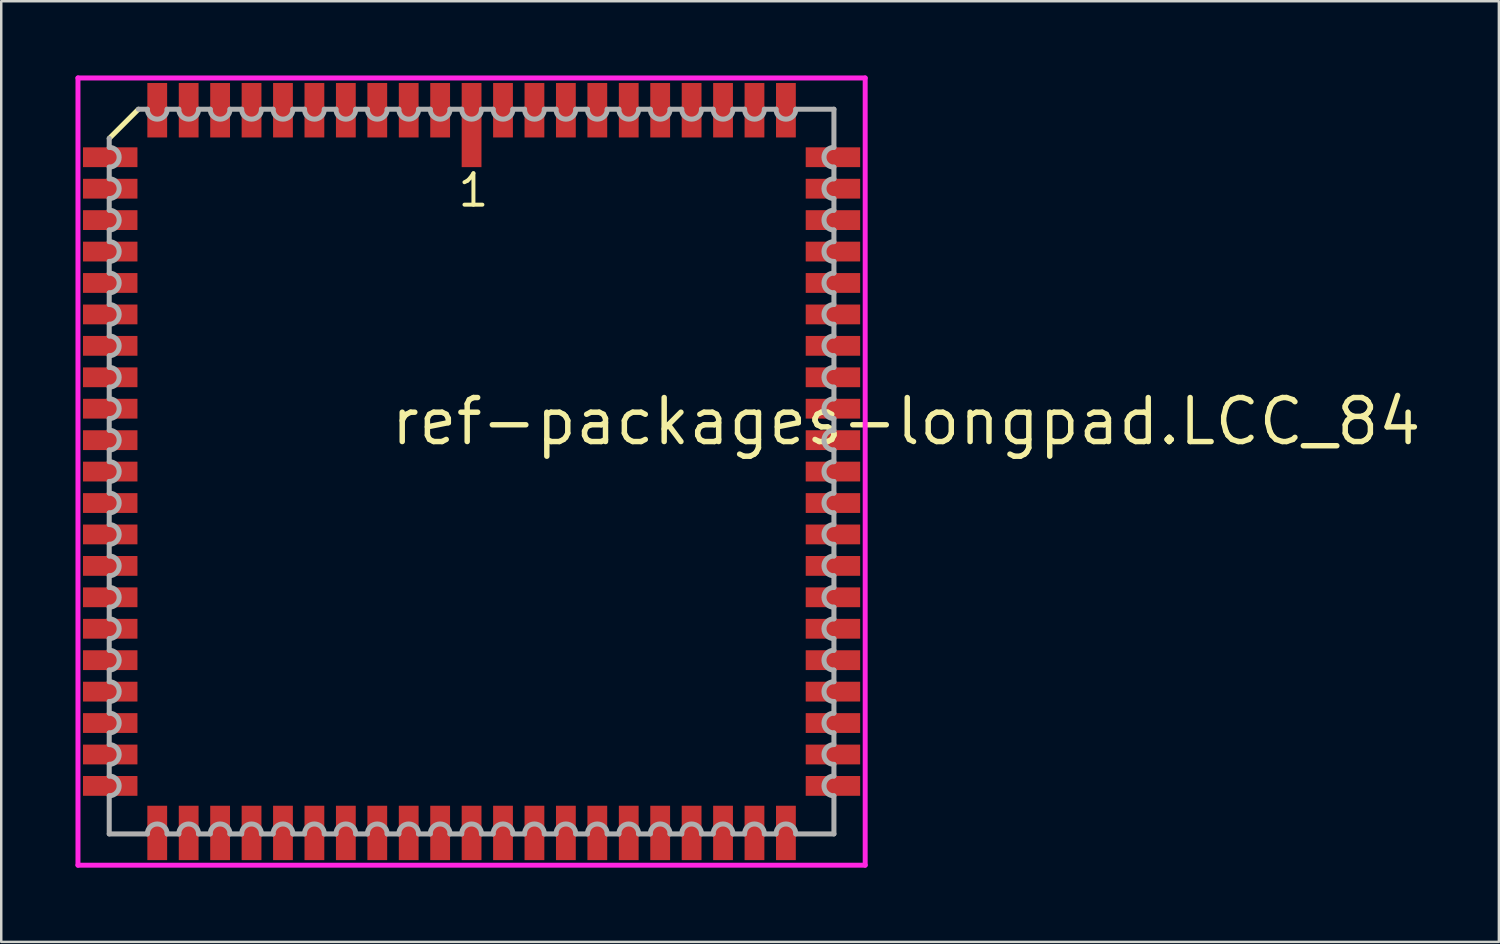
<source format=kicad_pcb>
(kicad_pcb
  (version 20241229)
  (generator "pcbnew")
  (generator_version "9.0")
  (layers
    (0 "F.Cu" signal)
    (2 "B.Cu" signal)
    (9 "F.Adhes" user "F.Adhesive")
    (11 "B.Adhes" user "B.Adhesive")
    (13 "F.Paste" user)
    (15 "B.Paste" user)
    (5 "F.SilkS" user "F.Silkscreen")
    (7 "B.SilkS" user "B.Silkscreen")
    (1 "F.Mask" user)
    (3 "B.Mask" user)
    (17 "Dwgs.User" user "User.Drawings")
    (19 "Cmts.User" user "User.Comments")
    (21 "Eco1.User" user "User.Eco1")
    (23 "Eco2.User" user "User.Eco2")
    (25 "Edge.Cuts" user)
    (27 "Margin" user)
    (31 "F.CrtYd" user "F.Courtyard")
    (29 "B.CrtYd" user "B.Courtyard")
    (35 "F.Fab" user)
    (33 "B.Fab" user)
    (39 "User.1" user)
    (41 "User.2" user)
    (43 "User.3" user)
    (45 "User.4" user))
  (footprint "ref-packages-longpad.LCC_84"
    (layer "F.Cu")
    (at 16.003 16.003)
    (property "Reference" "ref-packages-longpad.LCC_84" (at -3.37 -0.985 0) (layer "F.SilkS") (effects (font (size 1.778 1.778) (thickness 0.22)) (justify left bottom)))
    (attr smd)
    (fp_line (start -13.46 -14.64) (end -14.64 -13.46) (stroke (width 0.203) (type default)) (layer "F.SilkS"))
    (fp_line (start -15.903 -15.903) (end 15.903 -15.903) (stroke (width 0.2) (type default)) (layer "F.CrtYd"))
    (fp_line (start -15.903 15.903) (end -15.903 -15.903) (stroke (width 0.2) (type default)) (layer "F.CrtYd"))
    (fp_line (start 15.903 -15.903) (end 15.903 15.903) (stroke (width 0.2) (type default)) (layer "F.CrtYd"))
    (fp_line (start 15.903 15.903) (end -15.903 15.903) (stroke (width 0.2) (type default)) (layer "F.CrtYd"))
    (fp_line (start -14.64 -13.46) (end -14.64 -13.1) (stroke (width 0.203) (type default)) (layer "F.Fab"))
    (fp_line (start -14.64 -12.3) (end -14.64 -11.83) (stroke (width 0.203) (type default)) (layer "F.Fab"))
    (fp_line (start -14.64 -11.03) (end -14.64 -10.56) (stroke (width 0.203) (type default)) (layer "F.Fab"))
    (fp_line (start -14.64 -9.76) (end -14.64 -9.29) (stroke (width 0.203) (type default)) (layer "F.Fab"))
    (fp_line (start -14.64 -8.49) (end -14.64 -8.02) (stroke (width 0.203) (type default)) (layer "F.Fab"))
    (fp_line (start -14.64 -7.22) (end -14.64 -6.75) (stroke (width 0.203) (type default)) (layer "F.Fab"))
    (fp_line (start -14.64 -5.95) (end -14.64 -5.48) (stroke (width 0.203) (type default)) (layer "F.Fab"))
    (fp_line (start -14.64 -4.68) (end -14.64 -4.21) (stroke (width 0.203) (type default)) (layer "F.Fab"))
    (fp_line (start -14.64 -3.41) (end -14.64 -2.94) (stroke (width 0.203) (type default)) (layer "F.Fab"))
    (fp_line (start -14.64 -2.14) (end -14.64 -1.67) (stroke (width 0.203) (type default)) (layer "F.Fab"))
    (fp_line (start -14.64 -0.87) (end -14.64 -0.4) (stroke (width 0.203) (type default)) (layer "F.Fab"))
    (fp_line (start -14.64 0.4) (end -14.64 0.87) (stroke (width 0.203) (type default)) (layer "F.Fab"))
    (fp_line (start -14.64 1.67) (end -14.64 2.14) (stroke (width 0.203) (type default)) (layer "F.Fab"))
    (fp_line (start -14.64 2.94) (end -14.64 3.41) (stroke (width 0.203) (type default)) (layer "F.Fab"))
    (fp_line (start -14.64 4.21) (end -14.64 4.68) (stroke (width 0.203) (type default)) (layer "F.Fab"))
    (fp_line (start -14.64 5.48) (end -14.64 5.95) (stroke (width 0.203) (type default)) (layer "F.Fab"))
    (fp_line (start -14.64 6.75) (end -14.64 7.22) (stroke (width 0.203) (type default)) (layer "F.Fab"))
    (fp_line (start -14.64 8.02) (end -14.64 8.49) (stroke (width 0.203) (type default)) (layer "F.Fab"))
    (fp_line (start -14.64 9.29) (end -14.64 9.76) (stroke (width 0.203) (type default)) (layer "F.Fab"))
    (fp_line (start -14.64 10.56) (end -14.64 11.03) (stroke (width 0.203) (type default)) (layer "F.Fab"))
    (fp_line (start -14.64 11.83) (end -14.64 12.3) (stroke (width 0.203) (type default)) (layer "F.Fab"))
    (fp_line (start -14.64 13.1) (end -14.64 14.64) (stroke (width 0.203) (type default)) (layer "F.Fab"))
    (fp_line (start -14.64 14.64) (end -13.1 14.64) (stroke (width 0.203) (type default)) (layer "F.Fab"))
    (fp_line (start -13.1 -14.64) (end -13.46 -14.64) (stroke (width 0.203) (type default)) (layer "F.Fab"))
    (fp_line (start -12.3 14.64) (end -11.83 14.64) (stroke (width 0.203) (type default)) (layer "F.Fab"))
    (fp_line (start -11.83 -14.64) (end -12.3 -14.64) (stroke (width 0.203) (type default)) (layer "F.Fab"))
    (fp_line (start -11.03 14.64) (end -10.56 14.64) (stroke (width 0.203) (type default)) (layer "F.Fab"))
    (fp_line (start -10.56 -14.64) (end -11.03 -14.64) (stroke (width 0.203) (type default)) (layer "F.Fab"))
    (fp_line (start -9.76 14.64) (end -9.29 14.64) (stroke (width 0.203) (type default)) (layer "F.Fab"))
    (fp_line (start -9.29 -14.64) (end -9.76 -14.64) (stroke (width 0.203) (type default)) (layer "F.Fab"))
    (fp_line (start -8.49 14.64) (end -8.02 14.64) (stroke (width 0.203) (type default)) (layer "F.Fab"))
    (fp_line (start -8.02 -14.64) (end -8.49 -14.64) (stroke (width 0.203) (type default)) (layer "F.Fab"))
    (fp_line (start -7.22 14.64) (end -6.75 14.64) (stroke (width 0.203) (type default)) (layer "F.Fab"))
    (fp_line (start -6.75 -14.64) (end -7.22 -14.64) (stroke (width 0.203) (type default)) (layer "F.Fab"))
    (fp_line (start -5.95 14.64) (end -5.48 14.64) (stroke (width 0.203) (type default)) (layer "F.Fab"))
    (fp_line (start -5.48 -14.64) (end -5.95 -14.64) (stroke (width 0.203) (type default)) (layer "F.Fab"))
    (fp_line (start -4.68 14.64) (end -4.21 14.64) (stroke (width 0.203) (type default)) (layer "F.Fab"))
    (fp_line (start -4.21 -14.64) (end -4.68 -14.64) (stroke (width 0.203) (type default)) (layer "F.Fab"))
    (fp_line (start -3.41 14.64) (end -2.94 14.64) (stroke (width 0.203) (type default)) (layer "F.Fab"))
    (fp_line (start -2.94 -14.64) (end -3.41 -14.64) (stroke (width 0.203) (type default)) (layer "F.Fab"))
    (fp_line (start -2.14 14.64) (end -1.67 14.64) (stroke (width 0.203) (type default)) (layer "F.Fab"))
    (fp_line (start -1.67 -14.64) (end -2.14 -14.64) (stroke (width 0.203) (type default)) (layer "F.Fab"))
    (fp_line (start -0.87 14.64) (end -0.4 14.64) (stroke (width 0.203) (type default)) (layer "F.Fab"))
    (fp_line (start -0.4 -14.64) (end -0.87 -14.64) (stroke (width 0.203) (type default)) (layer "F.Fab"))
    (fp_line (start 0.4 14.64) (end 0.87 14.64) (stroke (width 0.203) (type default)) (layer "F.Fab"))
    (fp_line (start 0.87 -14.64) (end 0.4 -14.64) (stroke (width 0.203) (type default)) (layer "F.Fab"))
    (fp_line (start 1.67 14.64) (end 2.14 14.64) (stroke (width 0.203) (type default)) (layer "F.Fab"))
    (fp_line (start 2.14 -14.64) (end 1.67 -14.64) (stroke (width 0.203) (type default)) (layer "F.Fab"))
    (fp_line (start 2.94 14.64) (end 3.41 14.64) (stroke (width 0.203) (type default)) (layer "F.Fab"))
    (fp_line (start 3.41 -14.64) (end 2.94 -14.64) (stroke (width 0.203) (type default)) (layer "F.Fab"))
    (fp_line (start 4.21 14.64) (end 4.68 14.64) (stroke (width 0.203) (type default)) (layer "F.Fab"))
    (fp_line (start 4.68 -14.64) (end 4.21 -14.64) (stroke (width 0.203) (type default)) (layer "F.Fab"))
    (fp_line (start 5.48 14.64) (end 5.95 14.64) (stroke (width 0.203) (type default)) (layer "F.Fab"))
    (fp_line (start 5.95 -14.64) (end 5.48 -14.64) (stroke (width 0.203) (type default)) (layer "F.Fab"))
    (fp_line (start 6.75 14.64) (end 7.22 14.64) (stroke (width 0.203) (type default)) (layer "F.Fab"))
    (fp_line (start 7.22 -14.64) (end 6.75 -14.64) (stroke (width 0.203) (type default)) (layer "F.Fab"))
    (fp_line (start 8.02 14.64) (end 8.49 14.64) (stroke (width 0.203) (type default)) (layer "F.Fab"))
    (fp_line (start 8.49 -14.64) (end 8.02 -14.64) (stroke (width 0.203) (type default)) (layer "F.Fab"))
    (fp_line (start 9.29 14.64) (end 9.76 14.64) (stroke (width 0.203) (type default)) (layer "F.Fab"))
    (fp_line (start 9.76 -14.64) (end 9.29 -14.64) (stroke (width 0.203) (type default)) (layer "F.Fab"))
    (fp_line (start 10.56 14.64) (end 11.03 14.64) (stroke (width 0.203) (type default)) (layer "F.Fab"))
    (fp_line (start 11.03 -14.64) (end 10.56 -14.64) (stroke (width 0.203) (type default)) (layer "F.Fab"))
    (fp_line (start 11.83 14.64) (end 12.3 14.64) (stroke (width 0.203) (type default)) (layer "F.Fab"))
    (fp_line (start 12.3 -14.64) (end 11.83 -14.64) (stroke (width 0.203) (type default)) (layer "F.Fab"))
    (fp_line (start 13.1 14.64) (end 14.64 14.64) (stroke (width 0.203) (type default)) (layer "F.Fab"))
    (fp_line (start 14.64 -14.64) (end 13.1 -14.64) (stroke (width 0.203) (type default)) (layer "F.Fab"))
    (fp_line (start 14.64 -13.1) (end 14.64 -14.64) (stroke (width 0.203) (type default)) (layer "F.Fab"))
    (fp_line (start 14.64 -11.83) (end 14.64 -12.3) (stroke (width 0.203) (type default)) (layer "F.Fab"))
    (fp_line (start 14.64 -10.56) (end 14.64 -11.03) (stroke (width 0.203) (type default)) (layer "F.Fab"))
    (fp_line (start 14.64 -9.29) (end 14.64 -9.76) (stroke (width 0.203) (type default)) (layer "F.Fab"))
    (fp_line (start 14.64 -8.02) (end 14.64 -8.49) (stroke (width 0.203) (type default)) (layer "F.Fab"))
    (fp_line (start 14.64 -6.75) (end 14.64 -7.22) (stroke (width 0.203) (type default)) (layer "F.Fab"))
    (fp_line (start 14.64 -5.48) (end 14.64 -5.95) (stroke (width 0.203) (type default)) (layer "F.Fab"))
    (fp_line (start 14.64 -4.21) (end 14.64 -4.68) (stroke (width 0.203) (type default)) (layer "F.Fab"))
    (fp_line (start 14.64 -2.94) (end 14.64 -3.41) (stroke (width 0.203) (type default)) (layer "F.Fab"))
    (fp_line (start 14.64 -1.67) (end 14.64 -2.14) (stroke (width 0.203) (type default)) (layer "F.Fab"))
    (fp_line (start 14.64 -0.4) (end 14.64 -0.87) (stroke (width 0.203) (type default)) (layer "F.Fab"))
    (fp_line (start 14.64 0.87) (end 14.64 0.4) (stroke (width 0.203) (type default)) (layer "F.Fab"))
    (fp_line (start 14.64 2.14) (end 14.64 1.67) (stroke (width 0.203) (type default)) (layer "F.Fab"))
    (fp_line (start 14.64 3.41) (end 14.64 2.94) (stroke (width 0.203) (type default)) (layer "F.Fab"))
    (fp_line (start 14.64 4.68) (end 14.64 4.21) (stroke (width 0.203) (type default)) (layer "F.Fab"))
    (fp_line (start 14.64 5.95) (end 14.64 5.48) (stroke (width 0.203) (type default)) (layer "F.Fab"))
    (fp_line (start 14.64 7.22) (end 14.64 6.75) (stroke (width 0.203) (type default)) (layer "F.Fab"))
    (fp_line (start 14.64 8.49) (end 14.64 8.02) (stroke (width 0.203) (type default)) (layer "F.Fab"))
    (fp_line (start 14.64 9.76) (end 14.64 9.29) (stroke (width 0.203) (type default)) (layer "F.Fab"))
    (fp_line (start 14.64 11.03) (end 14.64 10.56) (stroke (width 0.203) (type default)) (layer "F.Fab"))
    (fp_line (start 14.64 12.3) (end 14.64 11.83) (stroke (width 0.203) (type default)) (layer "F.Fab"))
    (fp_line (start 14.64 14.64) (end 14.64 13.1) (stroke (width 0.203) (type default)) (layer "F.Fab"))
    (fp_arc (start -14.6383 -13.1) (mid -14.2383 -12.7) (end -14.6383 -12.3) (stroke (width 0.2032) (type default)) (layer "F.Fab"))
    (fp_arc (start -14.6383 -11.83) (mid -14.2383 -11.43) (end -14.6383 -11.03) (stroke (width 0.2032) (type default)) (layer "F.Fab"))
    (fp_arc (start -14.6383 -10.56) (mid -14.2383 -10.16) (end -14.6383 -9.76) (stroke (width 0.2032) (type default)) (layer "F.Fab"))
    (fp_arc (start -14.6383 -9.29) (mid -14.2383 -8.89) (end -14.6383 -8.49) (stroke (width 0.2032) (type default)) (layer "F.Fab"))
    (fp_arc (start -14.6383 -8.02) (mid -14.2383 -7.62) (end -14.6383 -7.22) (stroke (width 0.2032) (type default)) (layer "F.Fab"))
    (fp_arc (start -14.6383 -6.75) (mid -14.2383 -6.35) (end -14.6383 -5.95) (stroke (width 0.2032) (type default)) (layer "F.Fab"))
    (fp_arc (start -14.6383 -5.48) (mid -14.2383 -5.08) (end -14.6383 -4.68) (stroke (width 0.2032) (type default)) (layer "F.Fab"))
    (fp_arc (start -14.6383 -4.21) (mid -14.2383 -3.81) (end -14.6383 -3.41) (stroke (width 0.2032) (type default)) (layer "F.Fab"))
    (fp_arc (start -14.6383 -2.94) (mid -14.2383 -2.54) (end -14.6383 -2.14) (stroke (width 0.2032) (type default)) (layer "F.Fab"))
    (fp_arc (start -14.6383 -1.67) (mid -14.2383 -1.27) (end -14.6383 -0.87) (stroke (width 0.2032) (type default)) (layer "F.Fab"))
    (fp_arc (start -14.6383 -0.4001) (mid -14.2382 0) (end -14.6383 0.4001) (stroke (width 0.2032) (type default)) (layer "F.Fab"))
    (fp_arc (start -14.6383 0.8699) (mid -14.2382 1.27) (end -14.6383 1.6701) (stroke (width 0.2032) (type default)) (layer "F.Fab"))
    (fp_arc (start -14.6383 2.1399) (mid -14.2382 2.54) (end -14.6383 2.9401) (stroke (width 0.2032) (type default)) (layer "F.Fab"))
    (fp_arc (start -14.6383 3.4099) (mid -14.2382 3.81) (end -14.6383 4.2101) (stroke (width 0.2032) (type default)) (layer "F.Fab"))
    (fp_arc (start -14.6383 4.6799) (mid -14.2382 5.08) (end -14.6383 5.4801) (stroke (width 0.2032) (type default)) (layer "F.Fab"))
    (fp_arc (start -14.6383 5.9499) (mid -14.2382 6.35) (end -14.6383 6.7501) (stroke (width 0.2032) (type default)) (layer "F.Fab"))
    (fp_arc (start -14.6383 7.2199) (mid -14.2382 7.62) (end -14.6383 8.0201) (stroke (width 0.2032) (type default)) (layer "F.Fab"))
    (fp_arc (start -14.6383 8.4899) (mid -14.2382 8.89) (end -14.6383 9.2901) (stroke (width 0.2032) (type default)) (layer "F.Fab"))
    (fp_arc (start -14.6383 9.7599) (mid -14.2382 10.16) (end -14.6383 10.5601) (stroke (width 0.2032) (type default)) (layer "F.Fab"))
    (fp_arc (start -14.6383 11.0299) (mid -14.2382 11.43) (end -14.6383 11.8301) (stroke (width 0.2032) (type default)) (layer "F.Fab"))
    (fp_arc (start -14.6383 12.2999) (mid -14.2382 12.7) (end -14.6383 13.1001) (stroke (width 0.2032) (type default)) (layer "F.Fab"))
    (fp_arc (start -13.1001 14.6383) (mid -12.7 14.2382) (end -12.2999 14.6383) (stroke (width 0.2032) (type default)) (layer "F.Fab"))
    (fp_arc (start -12.2999 -14.6383) (mid -12.7 -14.2382) (end -13.1001 -14.6383) (stroke (width 0.2032) (type default)) (layer "F.Fab"))
    (fp_arc (start -11.8301 14.6383) (mid -11.43 14.2382) (end -11.0299 14.6383) (stroke (width 0.2032) (type default)) (layer "F.Fab"))
    (fp_arc (start -11.0299 -14.6383) (mid -11.43 -14.2382) (end -11.8301 -14.6383) (stroke (width 0.2032) (type default)) (layer "F.Fab"))
    (fp_arc (start -10.5601 14.6383) (mid -10.16 14.2382) (end -9.7599 14.6383) (stroke (width 0.2032) (type default)) (layer "F.Fab"))
    (fp_arc (start -9.7599 -14.6383) (mid -10.16 -14.2382) (end -10.5601 -14.6383) (stroke (width 0.2032) (type default)) (layer "F.Fab"))
    (fp_arc (start -9.2901 14.6383) (mid -8.89 14.2382) (end -8.4899 14.6383) (stroke (width 0.2032) (type default)) (layer "F.Fab"))
    (fp_arc (start -8.4899 -14.6383) (mid -8.89 -14.2382) (end -9.2901 -14.6383) (stroke (width 0.2032) (type default)) (layer "F.Fab"))
    (fp_arc (start -8.0201 14.6383) (mid -7.62 14.2382) (end -7.2199 14.6383) (stroke (width 0.2032) (type default)) (layer "F.Fab"))
    (fp_arc (start -7.2199 -14.6383) (mid -7.62 -14.2382) (end -8.0201 -14.6383) (stroke (width 0.2032) (type default)) (layer "F.Fab"))
    (fp_arc (start -6.7501 14.6383) (mid -6.35 14.2382) (end -5.9499 14.6383) (stroke (width 0.2032) (type default)) (layer "F.Fab"))
    (fp_arc (start -5.9499 -14.6383) (mid -6.35 -14.2382) (end -6.7501 -14.6383) (stroke (width 0.2032) (type default)) (layer "F.Fab"))
    (fp_arc (start -5.4801 14.6383) (mid -5.08 14.2382) (end -4.6799 14.6383) (stroke (width 0.2032) (type default)) (layer "F.Fab"))
    (fp_arc (start -4.6799 -14.6383) (mid -5.08 -14.2382) (end -5.4801 -14.6383) (stroke (width 0.2032) (type default)) (layer "F.Fab"))
    (fp_arc (start -4.2101 14.6383) (mid -3.81 14.2382) (end -3.4099 14.6383) (stroke (width 0.2032) (type default)) (layer "F.Fab"))
    (fp_arc (start -3.4099 -14.6383) (mid -3.81 -14.2382) (end -4.2101 -14.6383) (stroke (width 0.2032) (type default)) (layer "F.Fab"))
    (fp_arc (start -2.9401 14.6383) (mid -2.54 14.2382) (end -2.1399 14.6383) (stroke (width 0.2032) (type default)) (layer "F.Fab"))
    (fp_arc (start -2.1399 -14.6383) (mid -2.54 -14.2382) (end -2.9401 -14.6383) (stroke (width 0.2032) (type default)) (layer "F.Fab"))
    (fp_arc (start -1.6701 14.6383) (mid -1.27 14.2382) (end -0.8699 14.6383) (stroke (width 0.2032) (type default)) (layer "F.Fab"))
    (fp_arc (start -0.8699 -14.6383) (mid -1.27 -14.2382) (end -1.6701 -14.6383) (stroke (width 0.2032) (type default)) (layer "F.Fab"))
    (fp_arc (start -0.4001 14.6383) (mid 0 14.2382) (end 0.4001 14.6383) (stroke (width 0.2032) (type default)) (layer "F.Fab"))
    (fp_arc (start 0.4001 -14.6383) (mid 0 -14.2382) (end -0.4001 -14.6383) (stroke (width 0.2032) (type default)) (layer "F.Fab"))
    (fp_arc (start 0.87 14.6383) (mid 1.27 14.2383) (end 1.67 14.6383) (stroke (width 0.2032) (type default)) (layer "F.Fab"))
    (fp_arc (start 1.67 -14.6383) (mid 1.27 -14.2383) (end 0.87 -14.6383) (stroke (width 0.2032) (type default)) (layer "F.Fab"))
    (fp_arc (start 2.14 14.6383) (mid 2.54 14.2383) (end 2.94 14.6383) (stroke (width 0.2032) (type default)) (layer "F.Fab"))
    (fp_arc (start 2.94 -14.6383) (mid 2.54 -14.2383) (end 2.14 -14.6383) (stroke (width 0.2032) (type default)) (layer "F.Fab"))
    (fp_arc (start 3.41 14.6383) (mid 3.81 14.2383) (end 4.21 14.6383) (stroke (width 0.2032) (type default)) (layer "F.Fab"))
    (fp_arc (start 4.21 -14.6383) (mid 3.81 -14.2383) (end 3.41 -14.6383) (stroke (width 0.2032) (type default)) (layer "F.Fab"))
    (fp_arc (start 4.68 14.6383) (mid 5.08 14.2383) (end 5.48 14.6383) (stroke (width 0.2032) (type default)) (layer "F.Fab"))
    (fp_arc (start 5.48 -14.6383) (mid 5.08 -14.2383) (end 4.68 -14.6383) (stroke (width 0.2032) (type default)) (layer "F.Fab"))
    (fp_arc (start 5.95 14.6383) (mid 6.35 14.2383) (end 6.75 14.6383) (stroke (width 0.2032) (type default)) (layer "F.Fab"))
    (fp_arc (start 6.75 -14.6383) (mid 6.35 -14.2383) (end 5.95 -14.6383) (stroke (width 0.2032) (type default)) (layer "F.Fab"))
    (fp_arc (start 7.22 14.6383) (mid 7.62 14.2383) (end 8.02 14.6383) (stroke (width 0.2032) (type default)) (layer "F.Fab"))
    (fp_arc (start 8.02 -14.6383) (mid 7.62 -14.2383) (end 7.22 -14.6383) (stroke (width 0.2032) (type default)) (layer "F.Fab"))
    (fp_arc (start 8.49 14.6383) (mid 8.89 14.2383) (end 9.29 14.6383) (stroke (width 0.2032) (type default)) (layer "F.Fab"))
    (fp_arc (start 9.29 -14.6383) (mid 8.89 -14.2383) (end 8.49 -14.6383) (stroke (width 0.2032) (type default)) (layer "F.Fab"))
    (fp_arc (start 9.76 14.6383) (mid 10.16 14.2383) (end 10.56 14.6383) (stroke (width 0.2032) (type default)) (layer "F.Fab"))
    (fp_arc (start 10.56 -14.6383) (mid 10.16 -14.2383) (end 9.76 -14.6383) (stroke (width 0.2032) (type default)) (layer "F.Fab"))
    (fp_arc (start 11.03 14.6383) (mid 11.43 14.2383) (end 11.83 14.6383) (stroke (width 0.2032) (type default)) (layer "F.Fab"))
    (fp_arc (start 11.83 -14.6383) (mid 11.43 -14.2383) (end 11.03 -14.6383) (stroke (width 0.2032) (type default)) (layer "F.Fab"))
    (fp_arc (start 12.3 14.6383) (mid 12.7 14.2383) (end 13.1 14.6383) (stroke (width 0.2032) (type default)) (layer "F.Fab"))
    (fp_arc (start 13.1 -14.6383) (mid 12.7 -14.2383) (end 12.3 -14.6383) (stroke (width 0.2032) (type default)) (layer "F.Fab"))
    (fp_arc (start 14.6383 -12.2999) (mid 14.2382 -12.7) (end 14.6383 -13.1001) (stroke (width 0.2032) (type default)) (layer "F.Fab"))
    (fp_arc (start 14.6383 -11.0299) (mid 14.2382 -11.43) (end 14.6383 -11.8301) (stroke (width 0.2032) (type default)) (layer "F.Fab"))
    (fp_arc (start 14.6383 -9.7599) (mid 14.2382 -10.16) (end 14.6383 -10.5601) (stroke (width 0.2032) (type default)) (layer "F.Fab"))
    (fp_arc (start 14.6383 -8.4899) (mid 14.2382 -8.89) (end 14.6383 -9.2901) (stroke (width 0.2032) (type default)) (layer "F.Fab"))
    (fp_arc (start 14.6383 -7.2199) (mid 14.2382 -7.62) (end 14.6383 -8.0201) (stroke (width 0.2032) (type default)) (layer "F.Fab"))
    (fp_arc (start 14.6383 -5.9499) (mid 14.2382 -6.35) (end 14.6383 -6.7501) (stroke (width 0.2032) (type default)) (layer "F.Fab"))
    (fp_arc (start 14.6383 -4.6799) (mid 14.2382 -5.08) (end 14.6383 -5.4801) (stroke (width 0.2032) (type default)) (layer "F.Fab"))
    (fp_arc (start 14.6383 -3.4099) (mid 14.2382 -3.81) (end 14.6383 -4.2101) (stroke (width 0.2032) (type default)) (layer "F.Fab"))
    (fp_arc (start 14.6383 -2.1399) (mid 14.2382 -2.54) (end 14.6383 -2.9401) (stroke (width 0.2032) (type default)) (layer "F.Fab"))
    (fp_arc (start 14.6383 -0.8699) (mid 14.2382 -1.27) (end 14.6383 -1.6701) (stroke (width 0.2032) (type default)) (layer "F.Fab"))
    (fp_arc (start 14.6383 0.4001) (mid 14.2382 0) (end 14.6383 -0.4001) (stroke (width 0.2032) (type default)) (layer "F.Fab"))
    (fp_arc (start 14.6383 1.6701) (mid 14.2382 1.27) (end 14.6383 0.8699) (stroke (width 0.2032) (type default)) (layer "F.Fab"))
    (fp_arc (start 14.6383 2.9401) (mid 14.2382 2.54) (end 14.6383 2.1399) (stroke (width 0.2032) (type default)) (layer "F.Fab"))
    (fp_arc (start 14.6383 4.2101) (mid 14.2382 3.81) (end 14.6383 3.4099) (stroke (width 0.2032) (type default)) (layer "F.Fab"))
    (fp_arc (start 14.6383 5.48) (mid 14.2383 5.08) (end 14.6383 4.68) (stroke (width 0.2032) (type default)) (layer "F.Fab"))
    (fp_arc (start 14.6383 6.75) (mid 14.2383 6.35) (end 14.6383 5.95) (stroke (width 0.2032) (type default)) (layer "F.Fab"))
    (fp_arc (start 14.6383 8.02) (mid 14.2383 7.62) (end 14.6383 7.22) (stroke (width 0.2032) (type default)) (layer "F.Fab"))
    (fp_arc (start 14.6383 9.29) (mid 14.2383 8.89) (end 14.6383 8.49) (stroke (width 0.2032) (type default)) (layer "F.Fab"))
    (fp_arc (start 14.6383 10.56) (mid 14.2383 10.16) (end 14.6383 9.76) (stroke (width 0.2032) (type default)) (layer "F.Fab"))
    (fp_arc (start 14.6383 11.83) (mid 14.2383 11.43) (end 14.6383 11.03) (stroke (width 0.2032) (type default)) (layer "F.Fab"))
    (fp_arc (start 14.6383 13.1) (mid 14.2383 12.7) (end 14.6383 12.3) (stroke (width 0.2032) (type default)) (layer "F.Fab"))
    (fp_text user "1" (at -0.635 -10.62 0) (layer "F.SilkS") (effects (font (size 1.27 1.27) (thickness 0.16)) (justify left bottom)))
    (pad "1" smd roundrect (at 0 -14) (size 0.8 3.4) (layers "F.Cu" "F.Mask" "F.Paste") (roundrect_rratio 0.01))
    (pad "2" smd roundrect (at -1.27 -14.6) (size 0.8 2.2) (layers "F.Cu" "F.Mask" "F.Paste") (roundrect_rratio 0.01))
    (pad "3" smd roundrect (at -2.54 -14.6) (size 0.8 2.2) (layers "F.Cu" "F.Mask" "F.Paste") (roundrect_rratio 0.01))
    (pad "4" smd roundrect (at -3.81 -14.6) (size 0.8 2.2) (layers "F.Cu" "F.Mask" "F.Paste") (roundrect_rratio 0.01))
    (pad "5" smd roundrect (at -5.08 -14.6) (size 0.8 2.2) (layers "F.Cu" "F.Mask" "F.Paste") (roundrect_rratio 0.01))
    (pad "6" smd roundrect (at -6.35 -14.6) (size 0.8 2.2) (layers "F.Cu" "F.Mask" "F.Paste") (roundrect_rratio 0.01))
    (pad "7" smd roundrect (at -7.62 -14.6) (size 0.8 2.2) (layers "F.Cu" "F.Mask" "F.Paste") (roundrect_rratio 0.01))
    (pad "8" smd roundrect (at -8.89 -14.6) (size 0.8 2.2) (layers "F.Cu" "F.Mask" "F.Paste") (roundrect_rratio 0.01))
    (pad "9" smd roundrect (at -10.16 -14.6) (size 0.8 2.2) (layers "F.Cu" "F.Mask" "F.Paste") (roundrect_rratio 0.01))
    (pad "10" smd roundrect (at -11.43 -14.6) (size 0.8 2.2) (layers "F.Cu" "F.Mask" "F.Paste") (roundrect_rratio 0.01))
    (pad "11" smd roundrect (at -12.7 -14.6) (size 0.8 2.2) (layers "F.Cu" "F.Mask" "F.Paste") (roundrect_rratio 0.01))
    (pad "12" smd roundrect (at -14.6 -12.7) (size 2.2 0.8) (layers "F.Cu" "F.Mask" "F.Paste") (roundrect_rratio 0.01))
    (pad "13" smd roundrect (at -14.6 -11.43) (size 2.2 0.8) (layers "F.Cu" "F.Mask" "F.Paste") (roundrect_rratio 0.01))
    (pad "14" smd roundrect (at -14.6 -10.16) (size 2.2 0.8) (layers "F.Cu" "F.Mask" "F.Paste") (roundrect_rratio 0.01))
    (pad "15" smd roundrect (at -14.6 -8.89) (size 2.2 0.8) (layers "F.Cu" "F.Mask" "F.Paste") (roundrect_rratio 0.01))
    (pad "16" smd roundrect (at -14.6 -7.62) (size 2.2 0.8) (layers "F.Cu" "F.Mask" "F.Paste") (roundrect_rratio 0.01))
    (pad "17" smd roundrect (at -14.6 -6.35) (size 2.2 0.8) (layers "F.Cu" "F.Mask" "F.Paste") (roundrect_rratio 0.01))
    (pad "18" smd roundrect (at -14.6 -5.08) (size 2.2 0.8) (layers "F.Cu" "F.Mask" "F.Paste") (roundrect_rratio 0.01))
    (pad "19" smd roundrect (at -14.6 -3.81) (size 2.2 0.8) (layers "F.Cu" "F.Mask" "F.Paste") (roundrect_rratio 0.01))
    (pad "20" smd roundrect (at -14.6 -2.54) (size 2.2 0.8) (layers "F.Cu" "F.Mask" "F.Paste") (roundrect_rratio 0.01))
    (pad "21" smd roundrect (at -14.6 -1.27) (size 2.2 0.8) (layers "F.Cu" "F.Mask" "F.Paste") (roundrect_rratio 0.01))
    (pad "22" smd roundrect (at -14.6 0) (size 2.2 0.8) (layers "F.Cu" "F.Mask" "F.Paste") (roundrect_rratio 0.01))
    (pad "23" smd roundrect (at -14.6 1.27) (size 2.2 0.8) (layers "F.Cu" "F.Mask" "F.Paste") (roundrect_rratio 0.01))
    (pad "24" smd roundrect (at -14.6 2.54) (size 2.2 0.8) (layers "F.Cu" "F.Mask" "F.Paste") (roundrect_rratio 0.01))
    (pad "25" smd roundrect (at -14.6 3.81) (size 2.2 0.8) (layers "F.Cu" "F.Mask" "F.Paste") (roundrect_rratio 0.01))
    (pad "26" smd roundrect (at -14.6 5.08) (size 2.2 0.8) (layers "F.Cu" "F.Mask" "F.Paste") (roundrect_rratio 0.01))
    (pad "27" smd roundrect (at -14.6 6.35) (size 2.2 0.8) (layers "F.Cu" "F.Mask" "F.Paste") (roundrect_rratio 0.01))
    (pad "28" smd roundrect (at -14.6 7.62) (size 2.2 0.8) (layers "F.Cu" "F.Mask" "F.Paste") (roundrect_rratio 0.01))
    (pad "29" smd roundrect (at -14.6 8.89) (size 2.2 0.8) (layers "F.Cu" "F.Mask" "F.Paste") (roundrect_rratio 0.01))
    (pad "30" smd roundrect (at -14.6 10.16) (size 2.2 0.8) (layers "F.Cu" "F.Mask" "F.Paste") (roundrect_rratio 0.01))
    (pad "31" smd roundrect (at -14.6 11.43) (size 2.2 0.8) (layers "F.Cu" "F.Mask" "F.Paste") (roundrect_rratio 0.01))
    (pad "32" smd roundrect (at -14.6 12.7) (size 2.2 0.8) (layers "F.Cu" "F.Mask" "F.Paste") (roundrect_rratio 0.01))
    (pad "33" smd roundrect (at -12.7 14.6) (size 0.8 2.2) (layers "F.Cu" "F.Mask" "F.Paste") (roundrect_rratio 0.01))
    (pad "34" smd roundrect (at -11.43 14.6) (size 0.8 2.2) (layers "F.Cu" "F.Mask" "F.Paste") (roundrect_rratio 0.01))
    (pad "35" smd roundrect (at -10.16 14.6) (size 0.8 2.2) (layers "F.Cu" "F.Mask" "F.Paste") (roundrect_rratio 0.01))
    (pad "36" smd roundrect (at -8.89 14.6) (size 0.8 2.2) (layers "F.Cu" "F.Mask" "F.Paste") (roundrect_rratio 0.01))
    (pad "37" smd roundrect (at -7.62 14.6) (size 0.8 2.2) (layers "F.Cu" "F.Mask" "F.Paste") (roundrect_rratio 0.01))
    (pad "38" smd roundrect (at -6.35 14.6) (size 0.8 2.2) (layers "F.Cu" "F.Mask" "F.Paste") (roundrect_rratio 0.01))
    (pad "39" smd roundrect (at -5.08 14.6) (size 0.8 2.2) (layers "F.Cu" "F.Mask" "F.Paste") (roundrect_rratio 0.01))
    (pad "40" smd roundrect (at -3.81 14.6) (size 0.8 2.2) (layers "F.Cu" "F.Mask" "F.Paste") (roundrect_rratio 0.01))
    (pad "41" smd roundrect (at -2.54 14.6) (size 0.8 2.2) (layers "F.Cu" "F.Mask" "F.Paste") (roundrect_rratio 0.01))
    (pad "42" smd roundrect (at -1.27 14.6) (size 0.8 2.2) (layers "F.Cu" "F.Mask" "F.Paste") (roundrect_rratio 0.01))
    (pad "43" smd roundrect (at 0 14.6) (size 0.8 2.2) (layers "F.Cu" "F.Mask" "F.Paste") (roundrect_rratio 0.01))
    (pad "44" smd roundrect (at 1.27 14.6) (size 0.8 2.2) (layers "F.Cu" "F.Mask" "F.Paste") (roundrect_rratio 0.01))
    (pad "45" smd roundrect (at 2.54 14.6) (size 0.8 2.2) (layers "F.Cu" "F.Mask" "F.Paste") (roundrect_rratio 0.01))
    (pad "46" smd roundrect (at 3.81 14.6) (size 0.8 2.2) (layers "F.Cu" "F.Mask" "F.Paste") (roundrect_rratio 0.01))
    (pad "47" smd roundrect (at 5.08 14.6) (size 0.8 2.2) (layers "F.Cu" "F.Mask" "F.Paste") (roundrect_rratio 0.01))
    (pad "48" smd roundrect (at 6.35 14.6) (size 0.8 2.2) (layers "F.Cu" "F.Mask" "F.Paste") (roundrect_rratio 0.01))
    (pad "49" smd roundrect (at 7.62 14.6) (size 0.8 2.2) (layers "F.Cu" "F.Mask" "F.Paste") (roundrect_rratio 0.01))
    (pad "50" smd roundrect (at 8.89 14.6) (size 0.8 2.2) (layers "F.Cu" "F.Mask" "F.Paste") (roundrect_rratio 0.01))
    (pad "51" smd roundrect (at 10.16 14.6) (size 0.8 2.2) (layers "F.Cu" "F.Mask" "F.Paste") (roundrect_rratio 0.01))
    (pad "52" smd roundrect (at 11.43 14.6) (size 0.8 2.2) (layers "F.Cu" "F.Mask" "F.Paste") (roundrect_rratio 0.01))
    (pad "53" smd roundrect (at 12.7 14.6) (size 0.8 2.2) (layers "F.Cu" "F.Mask" "F.Paste") (roundrect_rratio 0.01))
    (pad "54" smd roundrect (at 14.6 12.7) (size 2.2 0.8) (layers "F.Cu" "F.Mask" "F.Paste") (roundrect_rratio 0.01))
    (pad "55" smd roundrect (at 14.6 11.43) (size 2.2 0.8) (layers "F.Cu" "F.Mask" "F.Paste") (roundrect_rratio 0.01))
    (pad "56" smd roundrect (at 14.6 10.16) (size 2.2 0.8) (layers "F.Cu" "F.Mask" "F.Paste") (roundrect_rratio 0.01))
    (pad "57" smd roundrect (at 14.6 8.89) (size 2.2 0.8) (layers "F.Cu" "F.Mask" "F.Paste") (roundrect_rratio 0.01))
    (pad "58" smd roundrect (at 14.6 7.62) (size 2.2 0.8) (layers "F.Cu" "F.Mask" "F.Paste") (roundrect_rratio 0.01))
    (pad "59" smd roundrect (at 14.6 6.35) (size 2.2 0.8) (layers "F.Cu" "F.Mask" "F.Paste") (roundrect_rratio 0.01))
    (pad "60" smd roundrect (at 14.6 5.08) (size 2.2 0.8) (layers "F.Cu" "F.Mask" "F.Paste") (roundrect_rratio 0.01))
    (pad "61" smd roundrect (at 14.6 3.81) (size 2.2 0.8) (layers "F.Cu" "F.Mask" "F.Paste") (roundrect_rratio 0.01))
    (pad "62" smd roundrect (at 14.6 2.54) (size 2.2 0.8) (layers "F.Cu" "F.Mask" "F.Paste") (roundrect_rratio 0.01))
    (pad "63" smd roundrect (at 14.6 1.27) (size 2.2 0.8) (layers "F.Cu" "F.Mask" "F.Paste") (roundrect_rratio 0.01))
    (pad "64" smd roundrect (at 14.6 0) (size 2.2 0.8) (layers "F.Cu" "F.Mask" "F.Paste") (roundrect_rratio 0.01))
    (pad "65" smd roundrect (at 14.6 -1.27) (size 2.2 0.8) (layers "F.Cu" "F.Mask" "F.Paste") (roundrect_rratio 0.01))
    (pad "66" smd roundrect (at 14.6 -2.54) (size 2.2 0.8) (layers "F.Cu" "F.Mask" "F.Paste") (roundrect_rratio 0.01))
    (pad "67" smd roundrect (at 14.6 -3.81) (size 2.2 0.8) (layers "F.Cu" "F.Mask" "F.Paste") (roundrect_rratio 0.01))
    (pad "68" smd roundrect (at 14.6 -5.08) (size 2.2 0.8) (layers "F.Cu" "F.Mask" "F.Paste") (roundrect_rratio 0.01))
    (pad "69" smd roundrect (at 14.6 -6.35) (size 2.2 0.8) (layers "F.Cu" "F.Mask" "F.Paste") (roundrect_rratio 0.01))
    (pad "70" smd roundrect (at 14.6 -7.62) (size 2.2 0.8) (layers "F.Cu" "F.Mask" "F.Paste") (roundrect_rratio 0.01))
    (pad "71" smd roundrect (at 14.6 -8.89) (size 2.2 0.8) (layers "F.Cu" "F.Mask" "F.Paste") (roundrect_rratio 0.01))
    (pad "72" smd roundrect (at 14.6 -10.16) (size 2.2 0.8) (layers "F.Cu" "F.Mask" "F.Paste") (roundrect_rratio 0.01))
    (pad "73" smd roundrect (at 14.6 -11.43) (size 2.2 0.8) (layers "F.Cu" "F.Mask" "F.Paste") (roundrect_rratio 0.01))
    (pad "74" smd roundrect (at 14.6 -12.7) (size 2.2 0.8) (layers "F.Cu" "F.Mask" "F.Paste") (roundrect_rratio 0.01))
    (pad "75" smd roundrect (at 12.7 -14.6) (size 0.8 2.2) (layers "F.Cu" "F.Mask" "F.Paste") (roundrect_rratio 0.01))
    (pad "76" smd roundrect (at 11.43 -14.6) (size 0.8 2.2) (layers "F.Cu" "F.Mask" "F.Paste") (roundrect_rratio 0.01))
    (pad "77" smd roundrect (at 10.16 -14.6) (size 0.8 2.2) (layers "F.Cu" "F.Mask" "F.Paste") (roundrect_rratio 0.01))
    (pad "78" smd roundrect (at 8.89 -14.6) (size 0.8 2.2) (layers "F.Cu" "F.Mask" "F.Paste") (roundrect_rratio 0.01))
    (pad "79" smd roundrect (at 7.62 -14.6) (size 0.8 2.2) (layers "F.Cu" "F.Mask" "F.Paste") (roundrect_rratio 0.01))
    (pad "80" smd roundrect (at 6.35 -14.6) (size 0.8 2.2) (layers "F.Cu" "F.Mask" "F.Paste") (roundrect_rratio 0.01))
    (pad "81" smd roundrect (at 5.08 -14.6) (size 0.8 2.2) (layers "F.Cu" "F.Mask" "F.Paste") (roundrect_rratio 0.01))
    (pad "82" smd roundrect (at 3.81 -14.6) (size 0.8 2.2) (layers "F.Cu" "F.Mask" "F.Paste") (roundrect_rratio 0.01))
    (pad "83" smd roundrect (at 2.54 -14.6) (size 0.8 2.2) (layers "F.Cu" "F.Mask" "F.Paste") (roundrect_rratio 0.01))
    (pad "84" smd roundrect (at 1.27 -14.6) (size 0.8 2.2) (layers "F.Cu" "F.Mask" "F.Paste") (roundrect_rratio 0.01)))
  (gr_rect
    (start -3 -3)
    (end 57.509 35.006)
    (stroke (width 0.1) (type default))
    (fill no)
    (layer "Edge.Cuts")))
</source>
